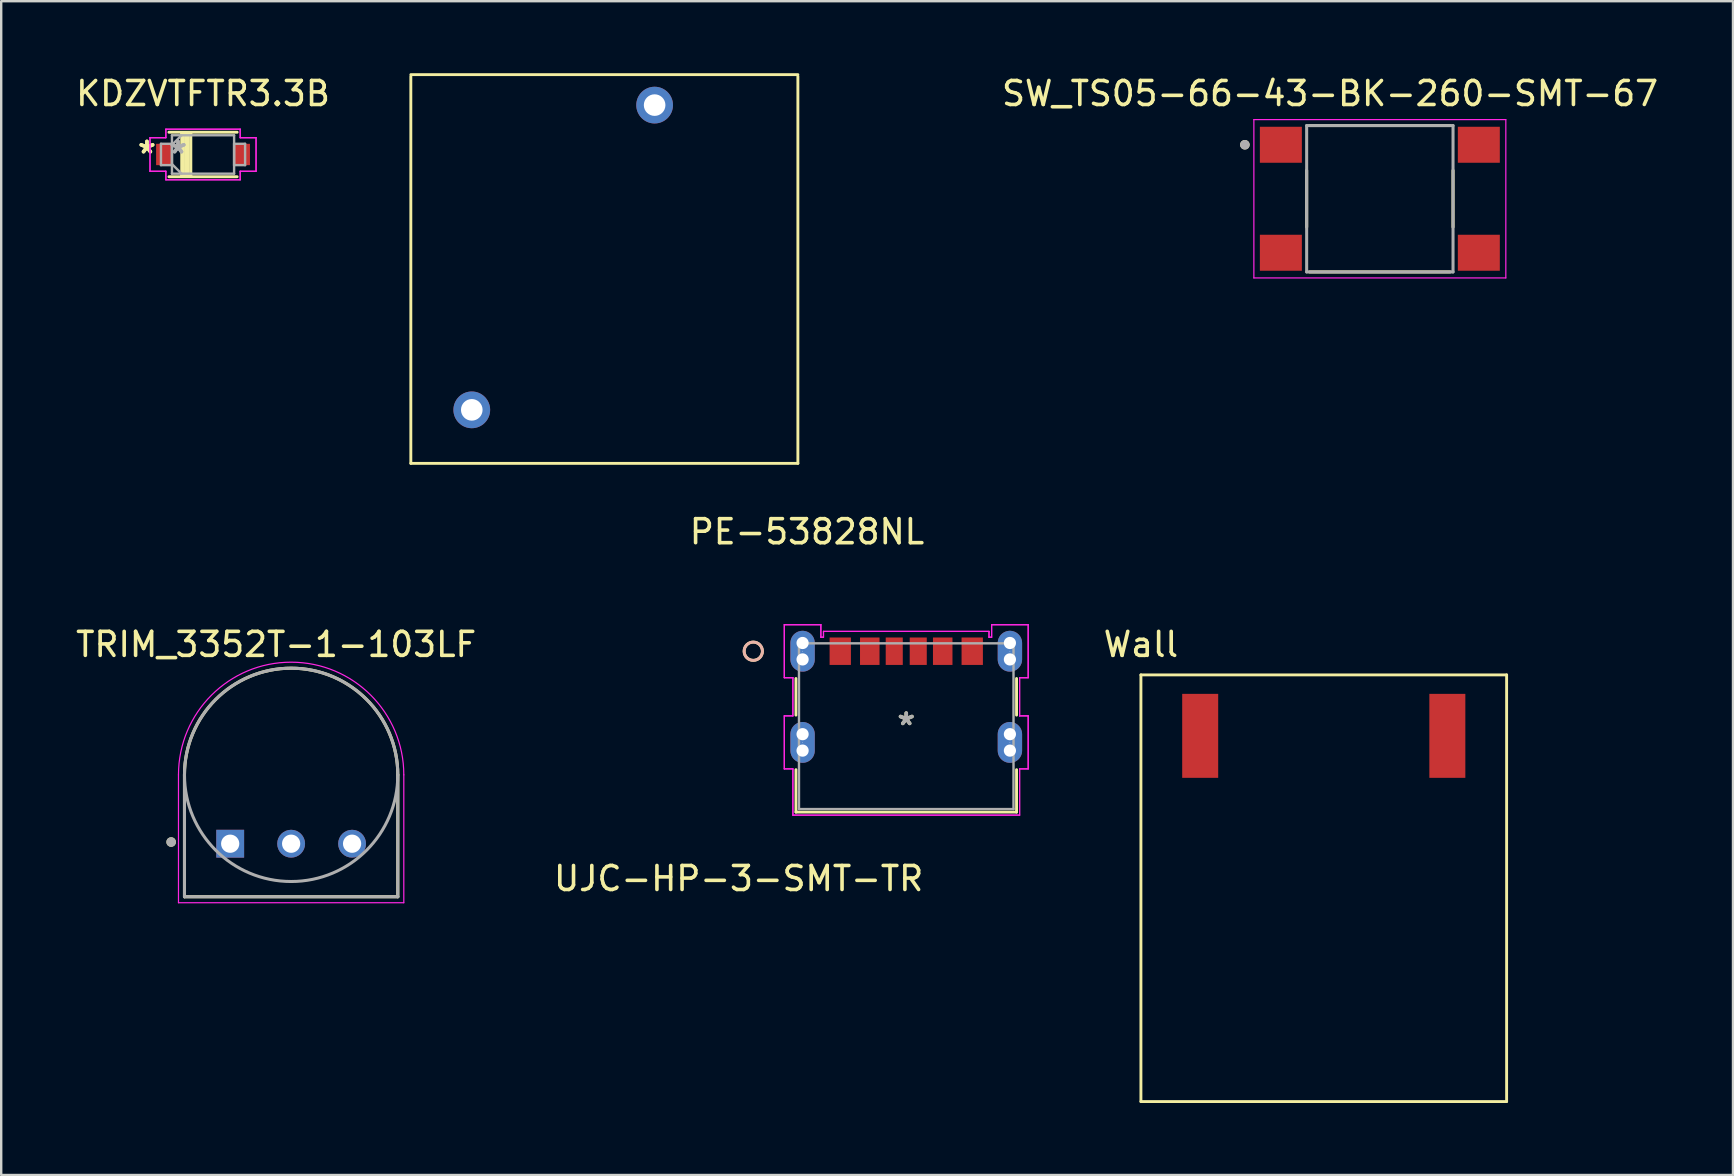
<source format=kicad_pcb>
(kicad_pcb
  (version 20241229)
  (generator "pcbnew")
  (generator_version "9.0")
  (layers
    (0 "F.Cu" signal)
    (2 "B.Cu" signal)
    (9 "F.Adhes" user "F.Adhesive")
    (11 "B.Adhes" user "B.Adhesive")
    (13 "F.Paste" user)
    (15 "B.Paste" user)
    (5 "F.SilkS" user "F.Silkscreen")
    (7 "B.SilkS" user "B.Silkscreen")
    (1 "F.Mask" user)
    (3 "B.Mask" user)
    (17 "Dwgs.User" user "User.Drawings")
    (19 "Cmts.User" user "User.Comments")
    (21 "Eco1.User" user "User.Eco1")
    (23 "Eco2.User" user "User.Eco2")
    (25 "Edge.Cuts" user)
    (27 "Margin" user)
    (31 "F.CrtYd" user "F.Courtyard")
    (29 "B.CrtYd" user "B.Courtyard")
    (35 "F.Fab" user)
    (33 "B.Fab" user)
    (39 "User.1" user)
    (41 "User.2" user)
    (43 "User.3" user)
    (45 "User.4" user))
  (footprint "Wall"
    (layer "F.Cu")
    (at 52.117 27.616)
    (property "Reference" "Wall" (at -7.62 -3.81 0) (layer "F.SilkS") (effects (font (size 1 1) (thickness 0.15))))
    (attr through_hole)
    (fp_line (start -7.62 -2.54) (end 7.62 -2.54) (stroke (width 0.12) (type solid)) (layer "F.SilkS"))
    (fp_line (start -7.62 15.24) (end -7.62 -2.54) (stroke (width 0.12) (type solid)) (layer "F.SilkS"))
    (fp_line (start 7.62 -2.54) (end 7.62 15.24) (stroke (width 0.12) (type solid)) (layer "F.SilkS"))
    (fp_line (start 7.62 15.24) (end -7.62 15.24) (stroke (width 0.12) (type solid)) (layer "F.SilkS"))
    (pad "1" smd rect (at 5.15 0) (size 1.5 3.5) (layers "F.Cu" "F.Mask" "F.Paste"))
    (pad "2" smd rect (at -5.15 0) (size 1.5 3.5) (layers "F.Cu" "F.Mask" "F.Paste")))
  (footprint "TRIM_3352T-1-103LF"
    (layer "F.Cu")
    (at 9.083 29.241)
    (property "Reference" "TRIM_3352T-1-103LF" (at -0.625 -5.435 0) (layer "F.SilkS") (effects (font (size 1 1) (thickness 0.15))))
    (attr through_hole)
    (fp_line (start -4.445 0) (end -4.445 5.08) (stroke (width 0.127) (type solid)) (layer "F.SilkS"))
    (fp_line (start -4.445 5.08) (end 4.445 5.08) (stroke (width 0.127) (type solid)) (layer "F.SilkS"))
    (fp_line (start 4.445 0) (end 4.445 5.08) (stroke (width 0.127) (type solid)) (layer "F.SilkS"))
    (fp_arc (start -4.445 0) (mid 0 -4.445) (end 4.445 0) (stroke (width 0.127) (type solid)) (layer "F.SilkS"))
    (fp_circle (center -5 2.8) (end -4.9 2.8) (stroke (width 0.2) (type solid)) (fill no) (layer "F.SilkS"))
    (fp_line (start -4.695 0) (end -4.695 5.33) (stroke (width 0.05) (type solid)) (layer "F.CrtYd"))
    (fp_line (start -4.695 5.33) (end 4.695 5.33) (stroke (width 0.05) (type solid)) (layer "F.CrtYd"))
    (fp_line (start 4.695 5.33) (end 4.695 0) (stroke (width 0.05) (type solid)) (layer "F.CrtYd"))
    (fp_arc (start -4.695 0) (mid 0 -4.695) (end 4.695 0) (stroke (width 0.05) (type solid)) (layer "F.CrtYd"))
    (fp_line (start -4.445 0) (end -4.445 5.08) (stroke (width 0.127) (type solid)) (layer "F.Fab"))
    (fp_line (start -4.445 5.08) (end 4.445 5.08) (stroke (width 0.127) (type solid)) (layer "F.Fab"))
    (fp_line (start 4.445 5.08) (end 4.445 0) (stroke (width 0.127) (type solid)) (layer "F.Fab"))
    (fp_circle (center -5 2.8) (end -4.9 2.8) (stroke (width 0.2) (type solid)) (fill no) (layer "F.Fab"))
    (fp_circle (center 0 0) (end 4.445 0) (stroke (width 0.127) (type solid)) (fill no) (layer "F.Fab"))
    (pad "1" thru_hole rect (at -2.54 2.87) (size 1.16 1.16) (drill 0.76) (layers "*.Cu" "*.Mask"))
    (pad "2" thru_hole circle (at 0 2.87) (size 1.16 1.16) (drill 0.76) (layers "*.Cu" "*.Mask"))
    (pad "3" thru_hole circle (at 2.54 2.87) (size 1.16 1.16) (drill 0.76) (layers "*.Cu" "*.Mask")))
  (footprint "PE-53828NL"
    (layer "F.Cu")
    (at 14.071 5.14)
    (property "Reference" "PE-53828NL" (at 16.51 13.97 0) (layer "F.SilkS") (effects (font (size 1 1) (thickness 0.15))))
    (attr through_hole)
    (fp_line (start 0 -5.08) (end 16.13 -5.08) (stroke (width 0.12) (type solid)) (layer "F.SilkS"))
    (fp_line (start 0 11.12) (end 0 -5.01) (stroke (width 0.12) (type solid)) (layer "F.SilkS"))
    (fp_line (start 0 11.12) (end 16.13 11.12) (stroke (width 0.12) (type solid)) (layer "F.SilkS"))
    (fp_line (start 16.13 11.12) (end 16.13 -5.01) (stroke (width 0.12) (type solid)) (layer "F.SilkS"))
    (pad "1" thru_hole circle (at 10.16 -3.81) (size 1.53 1.53) (drill 0.9) (layers "*.Cu" "*.Mask"))
    (pad "2" thru_hole circle (at 2.54 8.89) (size 1.53 1.53) (drill 0.9) (layers "*.Cu" "*.Mask")))
  (footprint "UJC-HP-3-SMT-TR"
    (layer "F.Cu")
    (at 34.717 27.213)
    (property "Reference" "UJC-HP-3-SMT-TR" (at -6.985 6.35 0) (layer "F.SilkS") (effects (font (size 1 1) (thickness 0.15))))
    (attr through_hole)
    (fp_line (start -4.597 -1.988) (end -4.597 -0.461) (stroke (width 0.12) (type solid)) (layer "F.SilkS"))
    (fp_line (start -4.597 1.812) (end -4.597 3.581) (stroke (width 0.12) (type solid)) (layer "F.SilkS"))
    (fp_line (start -4.597 3.581) (end 4.597 3.581) (stroke (width 0.12) (type solid)) (layer "F.SilkS"))
    (fp_line (start 4.597 -0.461) (end 4.597 -1.988) (stroke (width 0.12) (type solid)) (layer "F.SilkS"))
    (fp_line (start 4.597 3.581) (end 4.597 1.812) (stroke (width 0.12) (type solid)) (layer "F.SilkS"))
    (fp_circle (center -6.375 -3.124) (end -5.994 -3.124) (stroke (width 0.12) (type solid)) (fill no) (layer "F.SilkS"))
    (fp_circle (center -6.375 -3.124) (end -5.994 -3.124) (stroke (width 0.12) (type solid)) (fill no) (layer "B.SilkS"))
    (fp_line (start -5.082 -4.229) (end -5.082 -2.02) (stroke (width 0.05) (type solid)) (layer "F.CrtYd"))
    (fp_line (start -5.082 -4.229) (end -5.082 -2.02) (stroke (width 0.05) (type solid)) (layer "F.CrtYd"))
    (fp_line (start -5.082 -2.02) (end -4.724 -2.02) (stroke (width 0.05) (type solid)) (layer "F.CrtYd"))
    (fp_line (start -5.082 -2.02) (end -4.724 -2.02) (stroke (width 0.05) (type solid)) (layer "F.CrtYd"))
    (fp_line (start -5.082 -0.429) (end -5.082 1.78) (stroke (width 0.05) (type solid)) (layer "F.CrtYd"))
    (fp_line (start -5.082 -0.429) (end -5.082 1.78) (stroke (width 0.05) (type solid)) (layer "F.CrtYd"))
    (fp_line (start -5.082 1.78) (end -4.724 1.78) (stroke (width 0.05) (type solid)) (layer "F.CrtYd"))
    (fp_line (start -5.082 1.78) (end -4.724 1.78) (stroke (width 0.05) (type solid)) (layer "F.CrtYd"))
    (fp_line (start -4.724 -2.02) (end -4.724 -0.429) (stroke (width 0.05) (type solid)) (layer "F.CrtYd"))
    (fp_line (start -4.724 -2.02) (end -4.724 -0.429) (stroke (width 0.05) (type solid)) (layer "F.CrtYd"))
    (fp_line (start -4.724 -0.429) (end -5.082 -0.429) (stroke (width 0.05) (type solid)) (layer "F.CrtYd"))
    (fp_line (start -4.724 -0.429) (end -5.082 -0.429) (stroke (width 0.05) (type solid)) (layer "F.CrtYd"))
    (fp_line (start -4.724 1.78) (end -4.724 3.708) (stroke (width 0.05) (type solid)) (layer "F.CrtYd"))
    (fp_line (start -4.724 1.78) (end -4.724 3.708) (stroke (width 0.05) (type solid)) (layer "F.CrtYd"))
    (fp_line (start -4.724 3.708) (end 4.724 3.708) (stroke (width 0.05) (type solid)) (layer "F.CrtYd"))
    (fp_line (start -4.724 3.708) (end 4.724 3.708) (stroke (width 0.05) (type solid)) (layer "F.CrtYd"))
    (fp_line (start -3.558 -4.229) (end -5.082 -4.229) (stroke (width 0.05) (type solid)) (layer "F.CrtYd"))
    (fp_line (start -3.558 -4.229) (end -5.082 -4.229) (stroke (width 0.05) (type solid)) (layer "F.CrtYd"))
    (fp_line (start -3.558 -3.708) (end -3.558 -4.229) (stroke (width 0.05) (type solid)) (layer "F.CrtYd"))
    (fp_line (start -3.558 -3.708) (end -3.558 -4.229) (stroke (width 0.05) (type solid)) (layer "F.CrtYd"))
    (fp_line (start -3.449 -3.95) (end -3.449 -3.708) (stroke (width 0.05) (type solid)) (layer "F.CrtYd"))
    (fp_line (start -3.449 -3.95) (end -3.449 -3.708) (stroke (width 0.05) (type solid)) (layer "F.CrtYd"))
    (fp_line (start -3.449 -3.708) (end -3.558 -3.708) (stroke (width 0.05) (type solid)) (layer "F.CrtYd"))
    (fp_line (start -3.449 -3.708) (end -3.558 -3.708) (stroke (width 0.05) (type solid)) (layer "F.CrtYd"))
    (fp_line (start 3.449 -3.95) (end -3.449 -3.95) (stroke (width 0.05) (type solid)) (layer "F.CrtYd"))
    (fp_line (start 3.449 -3.95) (end -3.449 -3.95) (stroke (width 0.05) (type solid)) (layer "F.CrtYd"))
    (fp_line (start 3.449 -3.708) (end 3.449 -3.95) (stroke (width 0.05) (type solid)) (layer "F.CrtYd"))
    (fp_line (start 3.449 -3.708) (end 3.449 -3.95) (stroke (width 0.05) (type solid)) (layer "F.CrtYd"))
    (fp_line (start 3.558 -4.229) (end 3.558 -3.708) (stroke (width 0.05) (type solid)) (layer "F.CrtYd"))
    (fp_line (start 3.558 -4.229) (end 3.558 -3.708) (stroke (width 0.05) (type solid)) (layer "F.CrtYd"))
    (fp_line (start 3.558 -3.708) (end 3.449 -3.708) (stroke (width 0.05) (type solid)) (layer "F.CrtYd"))
    (fp_line (start 3.558 -3.708) (end 3.449 -3.708) (stroke (width 0.05) (type solid)) (layer "F.CrtYd"))
    (fp_line (start 4.724 -2.02) (end 5.082 -2.02) (stroke (width 0.05) (type solid)) (layer "F.CrtYd"))
    (fp_line (start 4.724 -2.02) (end 5.082 -2.02) (stroke (width 0.05) (type solid)) (layer "F.CrtYd"))
    (fp_line (start 4.724 -0.429) (end 4.724 -2.02) (stroke (width 0.05) (type solid)) (layer "F.CrtYd"))
    (fp_line (start 4.724 -0.429) (end 4.724 -2.02) (stroke (width 0.05) (type solid)) (layer "F.CrtYd"))
    (fp_line (start 4.724 1.78) (end 5.082 1.78) (stroke (width 0.05) (type solid)) (layer "F.CrtYd"))
    (fp_line (start 4.724 1.78) (end 5.082 1.78) (stroke (width 0.05) (type solid)) (layer "F.CrtYd"))
    (fp_line (start 4.724 3.708) (end 4.724 1.78) (stroke (width 0.05) (type solid)) (layer "F.CrtYd"))
    (fp_line (start 4.724 3.708) (end 4.724 1.78) (stroke (width 0.05) (type solid)) (layer "F.CrtYd"))
    (fp_line (start 5.082 -0.429) (end 4.724 -0.429) (stroke (width 0.05) (type solid)) (layer "F.CrtYd"))
    (fp_line (start 5.082 -0.429) (end 4.724 -0.429) (stroke (width 0.05) (type solid)) (layer "F.CrtYd"))
    (fp_line (start 5.082 1.78) (end 5.082 -0.429) (stroke (width 0.05) (type solid)) (layer "F.CrtYd"))
    (fp_line (start 5.082 1.78) (end 5.082 -0.429) (stroke (width 0.05) (type solid)) (layer "F.CrtYd"))
    (fp_line (start 5.082 -4.229) (end 3.558 -4.229) (stroke (width 0.05) (type solid)) (layer "F.CrtYd"))
    (fp_line (start 5.082 -4.229) (end 3.558 -4.229) (stroke (width 0.05) (type solid)) (layer "F.CrtYd"))
    (fp_line (start 5.082 -2.02) (end 5.082 -4.229) (stroke (width 0.05) (type solid)) (layer "F.CrtYd"))
    (fp_line (start 5.082 -2.02) (end 5.082 -4.229) (stroke (width 0.05) (type solid)) (layer "F.CrtYd"))
    (fp_line (start -4.47 -3.454) (end -4.47 3.454) (stroke (width 0.1) (type solid)) (layer "F.Fab"))
    (fp_line (start -4.47 3.454) (end 4.47 3.454) (stroke (width 0.1) (type solid)) (layer "F.Fab"))
    (fp_line (start 4.47 -3.454) (end -4.47 -3.454) (stroke (width 0.1) (type solid)) (layer "F.Fab"))
    (fp_line (start 4.47 3.454) (end 4.47 -3.454) (stroke (width 0.1) (type solid)) (layer "F.Fab"))
    (fp_text user "*" (at 0 0 0) (layer "F.SilkS") (effects (font (size 1 1) (thickness 0.15))))
    (fp_text user "Copyright 2021 Accelerated Designs. All rights reserved." (at 0 0 0) (layer "Cmts.User") (effects (font (size 0.127 0.127) (thickness 0.002))))
    (fp_text user "*" (at 0 0 0) (layer "F.Fab") (effects (font (size 1 1) (thickness 0.15))))
    (pad "" np_thru_hole circle (at -4.32 -3.467) (size 0.508 0.508) (drill 0.508) (layers "*.Cu" "*.Mask"))
    (pad "" np_thru_hole circle (at -4.32 -2.782) (size 0.508 0.508) (drill 0.508) (layers "*.Cu" "*.Mask"))
    (pad "" np_thru_hole circle (at -4.32 0.333) (size 0.508 0.508) (drill 0.508) (layers "*.Cu" "*.Mask"))
    (pad "" np_thru_hole circle (at -4.32 1.018) (size 0.508 0.508) (drill 0.508) (layers "*.Cu" "*.Mask"))
    (pad "" np_thru_hole circle (at 4.32 0.333) (size 0.508 0.508) (drill 0.508) (layers "*.Cu" "*.Mask"))
    (pad "" np_thru_hole circle (at 4.32 1.018) (size 0.508 0.508) (drill 0.508) (layers "*.Cu" "*.Mask"))
    (pad "" np_thru_hole circle (at 4.32 -3.467) (size 0.508 0.508) (drill 0.508) (layers "*.Cu" "*.Mask"))
    (pad "" np_thru_hole circle (at 4.32 -2.782) (size 0.508 0.508) (drill 0.508) (layers "*.Cu" "*.Mask"))
    (pad "1" smd rect (at -2.75 -3.124) (size 0.889 1.143) (layers "F.Cu" "F.Mask" "F.Paste"))
    (pad "2" smd rect (at -1.52 -3.124) (size 0.813 1.143) (layers "F.Cu" "F.Mask" "F.Paste"))
    (pad "3" smd rect (at -0.5 -3.124) (size 0.711 1.143) (layers "F.Cu" "F.Mask" "F.Paste"))
    (pad "4" smd rect (at 0.5 -3.124) (size 0.711 1.143) (layers "F.Cu" "F.Mask" "F.Paste"))
    (pad "5" smd rect (at 1.52 -3.124) (size 0.813 1.143) (layers "F.Cu" "F.Mask" "F.Paste"))
    (pad "6" smd rect (at 2.75 -3.124) (size 0.889 1.143) (layers "F.Cu" "F.Mask" "F.Paste"))
    (pad "7" thru_hole oval (at -4.32 -3.124 90) (size 1.702 1.016) (drill 0.025) (layers "*.Cu" "*.Mask"))
    (pad "8" thru_hole oval (at 4.32 -3.124 90) (size 1.702 1.016) (drill 0.025) (layers "*.Cu" "*.Mask"))
    (pad "9" thru_hole oval (at -4.32 0.676 90) (size 1.702 1.016) (drill 0.025) (layers "*.Cu" "*.Mask"))
    (pad "10" thru_hole oval (at 4.32 0.676 90) (size 1.702 1.016) (drill 0.025) (layers "*.Cu" "*.Mask")))
  (footprint "SW_TS05-66-43-BK-260-SMT-67"
    (layer "F.Cu")
    (at 54.454 5.233)
    (property "Reference" "SW_TS05-66-43-BK-260-SMT-67" (at -2.075 -4.385 0) (layer "F.SilkS") (effects (font (size 1 1) (thickness 0.15))))
    (attr through_hole)
    (fp_line (start -3.05 -1.18) (end -3.05 1.18) (stroke (width 0.127) (type solid)) (layer "F.SilkS"))
    (fp_line (start -2.93 -3.05) (end 2.93 -3.05) (stroke (width 0.127) (type solid)) (layer "F.SilkS"))
    (fp_line (start -2.93 3.05) (end 2.93 3.05) (stroke (width 0.127) (type solid)) (layer "F.SilkS"))
    (fp_line (start 3.05 -1.18) (end 3.05 1.18) (stroke (width 0.127) (type solid)) (layer "F.SilkS"))
    (fp_circle (center -5.625 -2.25) (end -5.525 -2.25) (stroke (width 0.2) (type solid)) (fill no) (layer "F.SilkS"))
    (fp_line (start -5.25 -3.3) (end -5.25 3.3) (stroke (width 0.05) (type solid)) (layer "F.CrtYd"))
    (fp_line (start -5.25 3.3) (end 5.25 3.3) (stroke (width 0.05) (type solid)) (layer "F.CrtYd"))
    (fp_line (start 5.25 -3.3) (end -5.25 -3.3) (stroke (width 0.05) (type solid)) (layer "F.CrtYd"))
    (fp_line (start 5.25 3.3) (end 5.25 -3.3) (stroke (width 0.05) (type solid)) (layer "F.CrtYd"))
    (fp_line (start -3.05 -3.05) (end -3.05 3.05) (stroke (width 0.127) (type solid)) (layer "F.Fab"))
    (fp_line (start -3.05 3.05) (end 3.05 3.05) (stroke (width 0.127) (type solid)) (layer "F.Fab"))
    (fp_line (start 3.05 -3.05) (end -3.05 -3.05) (stroke (width 0.127) (type solid)) (layer "F.Fab"))
    (fp_line (start 3.05 3.05) (end 3.05 -3.05) (stroke (width 0.127) (type solid)) (layer "F.Fab"))
    (fp_circle (center -5.625 -2.25) (end -5.525 -2.25) (stroke (width 0.2) (type solid)) (fill no) (layer "F.Fab"))
    (pad "1" smd rect (at -4.125 -2.25) (size 1.75 1.5) (layers "F.Cu" "F.Mask" "F.Paste"))
    (pad "2" smd rect (at -4.125 2.25) (size 1.75 1.5) (layers "F.Cu" "F.Mask" "F.Paste"))
    (pad "3" smd rect (at 4.125 -2.25) (size 1.75 1.5) (layers "F.Cu" "F.Mask" "F.Paste"))
    (pad "4" smd rect (at 4.125 2.25) (size 1.75 1.5) (layers "F.Cu" "F.Mask" "F.Paste")))
  (footprint "KDZVTFTR3.3B"
    (layer "F.Cu")
    (at 5.411 3.388)
    (property "Reference" "KDZVTFTR3.3B" (at 0 -2.54 0) (layer "F.SilkS") (effects (font (size 1 1) (thickness 0.15))))
    (attr through_hole)
    (fp_line (start -1.422 0.927) (end 1.422 0.927) (stroke (width 0.12) (type solid)) (layer "F.SilkS"))
    (fp_line (start -0.813 0.889) (end -0.813 -0.864) (stroke (width 0.12) (type solid)) (layer "F.SilkS"))
    (fp_line (start -0.61 -0.889) (end -0.61 0.914) (stroke (width 0.12) (type solid)) (layer "F.SilkS"))
    (fp_line (start -0.61 0.914) (end -0.813 0.889) (stroke (width 0.12) (type solid)) (layer "F.SilkS"))
    (fp_line (start 1.422 -0.927) (end -1.422 -0.927) (stroke (width 0.12) (type solid)) (layer "F.SilkS"))
    (fp_rect (start -0.889 -0.889) (end -0.889 0.889) (stroke (width 0.12) (type solid)) (fill no) (layer "F.SilkS"))
    (fp_rect (start -0.889 -0.889) (end -0.508 -0.889) (stroke (width 0.12) (type solid)) (fill no) (layer "F.SilkS"))
    (fp_rect (start -0.699 -0.889) (end -0.699 0.889) (stroke (width 0.12) (type solid)) (fill no) (layer "F.SilkS"))
    (fp_rect (start -0.508 0.889) (end -0.889 0.889) (stroke (width 0.12) (type solid)) (fill no) (layer "F.SilkS"))
    (fp_rect (start -0.508 0.889) (end -0.508 -0.889) (stroke (width 0.12) (type solid)) (fill no) (layer "F.SilkS"))
    (fp_line (start -2.21 -0.699) (end -1.549 -0.699) (stroke (width 0.05) (type solid)) (layer "F.CrtYd"))
    (fp_line (start -2.21 -0.699) (end -1.549 -0.699) (stroke (width 0.05) (type solid)) (layer "F.CrtYd"))
    (fp_line (start -2.21 0.699) (end -2.21 -0.699) (stroke (width 0.05) (type solid)) (layer "F.CrtYd"))
    (fp_line (start -2.21 0.699) (end -2.21 -0.699) (stroke (width 0.05) (type solid)) (layer "F.CrtYd"))
    (fp_line (start -1.549 -1.054) (end 1.549 -1.054) (stroke (width 0.05) (type solid)) (layer "F.CrtYd"))
    (fp_line (start -1.549 -1.054) (end 1.549 -1.054) (stroke (width 0.05) (type solid)) (layer "F.CrtYd"))
    (fp_line (start -1.549 -0.699) (end -1.549 -1.054) (stroke (width 0.05) (type solid)) (layer "F.CrtYd"))
    (fp_line (start -1.549 -0.699) (end -1.549 -1.054) (stroke (width 0.05) (type solid)) (layer "F.CrtYd"))
    (fp_line (start -1.549 0.699) (end -2.21 0.699) (stroke (width 0.05) (type solid)) (layer "F.CrtYd"))
    (fp_line (start -1.549 0.699) (end -2.21 0.699) (stroke (width 0.05) (type solid)) (layer "F.CrtYd"))
    (fp_line (start -1.549 1.054) (end -1.549 0.699) (stroke (width 0.05) (type solid)) (layer "F.CrtYd"))
    (fp_line (start -1.549 1.054) (end -1.549 0.699) (stroke (width 0.05) (type solid)) (layer "F.CrtYd"))
    (fp_line (start 1.549 -1.054) (end 1.549 -0.699) (stroke (width 0.05) (type solid)) (layer "F.CrtYd"))
    (fp_line (start 1.549 -1.054) (end 1.549 -0.699) (stroke (width 0.05) (type solid)) (layer "F.CrtYd"))
    (fp_line (start 1.549 -0.699) (end 2.21 -0.699) (stroke (width 0.05) (type solid)) (layer "F.CrtYd"))
    (fp_line (start 1.549 -0.699) (end 2.21 -0.699) (stroke (width 0.05) (type solid)) (layer "F.CrtYd"))
    (fp_line (start 1.549 0.699) (end 1.549 1.054) (stroke (width 0.05) (type solid)) (layer "F.CrtYd"))
    (fp_line (start 1.549 0.699) (end 1.549 1.054) (stroke (width 0.05) (type solid)) (layer "F.CrtYd"))
    (fp_line (start 1.549 1.054) (end -1.549 1.054) (stroke (width 0.05) (type solid)) (layer "F.CrtYd"))
    (fp_line (start 1.549 1.054) (end -1.549 1.054) (stroke (width 0.05) (type solid)) (layer "F.CrtYd"))
    (fp_line (start 2.21 -0.699) (end 2.21 0.699) (stroke (width 0.05) (type solid)) (layer "F.CrtYd"))
    (fp_line (start 2.21 -0.699) (end 2.21 0.699) (stroke (width 0.05) (type solid)) (layer "F.CrtYd"))
    (fp_line (start 2.21 0.699) (end 1.549 0.699) (stroke (width 0.05) (type solid)) (layer "F.CrtYd"))
    (fp_line (start 2.21 0.699) (end 1.549 0.699) (stroke (width 0.05) (type solid)) (layer "F.CrtYd"))
    (fp_line (start -1.753 -0.445) (end -1.753 0.445) (stroke (width 0.1) (type solid)) (layer "F.Fab"))
    (fp_line (start -1.753 0.445) (end -1.295 0.445) (stroke (width 0.1) (type solid)) (layer "F.Fab"))
    (fp_line (start -1.295 -0.8) (end -1.295 0.8) (stroke (width 0.1) (type solid)) (layer "F.Fab"))
    (fp_line (start -1.295 -0.445) (end -1.753 -0.445) (stroke (width 0.1) (type solid)) (layer "F.Fab"))
    (fp_line (start -1.295 -0.4) (end -0.895 -0.8) (stroke (width 0.1) (type solid)) (layer "F.Fab"))
    (fp_line (start -1.295 0.4) (end -0.895 0.8) (stroke (width 0.1) (type solid)) (layer "F.Fab"))
    (fp_line (start -1.295 0.445) (end -1.295 -0.445) (stroke (width 0.1) (type solid)) (layer "F.Fab"))
    (fp_line (start -1.295 0.8) (end 1.295 0.8) (stroke (width 0.1) (type solid)) (layer "F.Fab"))
    (fp_line (start 1.295 -0.8) (end -1.295 -0.8) (stroke (width 0.1) (type solid)) (layer "F.Fab"))
    (fp_line (start 1.295 -0.445) (end 1.295 0.445) (stroke (width 0.1) (type solid)) (layer "F.Fab"))
    (fp_line (start 1.295 0.445) (end 1.753 0.445) (stroke (width 0.1) (type solid)) (layer "F.Fab"))
    (fp_line (start 1.295 0.8) (end 1.295 -0.8) (stroke (width 0.1) (type solid)) (layer "F.Fab"))
    (fp_line (start 1.753 -0.445) (end 1.295 -0.445) (stroke (width 0.1) (type solid)) (layer "F.Fab"))
    (fp_line (start 1.753 0.445) (end 1.753 -0.445) (stroke (width 0.1) (type solid)) (layer "F.Fab"))
    (fp_text user "*" (at -2.337 0 0) (layer "F.SilkS") (effects (font (size 1 1) (thickness 0.15))))
    (fp_text user "*" (at -2.337 0 0) (layer "F.SilkS") (effects (font (size 1 1) (thickness 0.15))))
    (fp_text user "Copyright 2021 Accelerated Designs. All rights reserved." (at 0 0 0) (layer "Cmts.User") (effects (font (size 0.127 0.127) (thickness 0.002))))
    (fp_text user "*" (at -1.041 0 0) (layer "F.Fab") (effects (font (size 1 1) (thickness 0.15))))
    (fp_text user "*" (at -1.041 0 0) (layer "F.Fab") (effects (font (size 1 1) (thickness 0.15))))
    (pad "1" smd rect (at -1.626 0) (size 0.66 0.889) (layers "F.Cu" "F.Mask" "F.Paste"))
    (pad "2" smd rect (at 1.626 0) (size 0.66 0.889) (layers "F.Cu" "F.Mask" "F.Paste")))
  (gr_rect
    (start -3 -3)
    (end 69.171 45.916)
    (stroke (width 0.1) (type default))
    (fill no)
    (layer "Edge.Cuts")))
</source>
